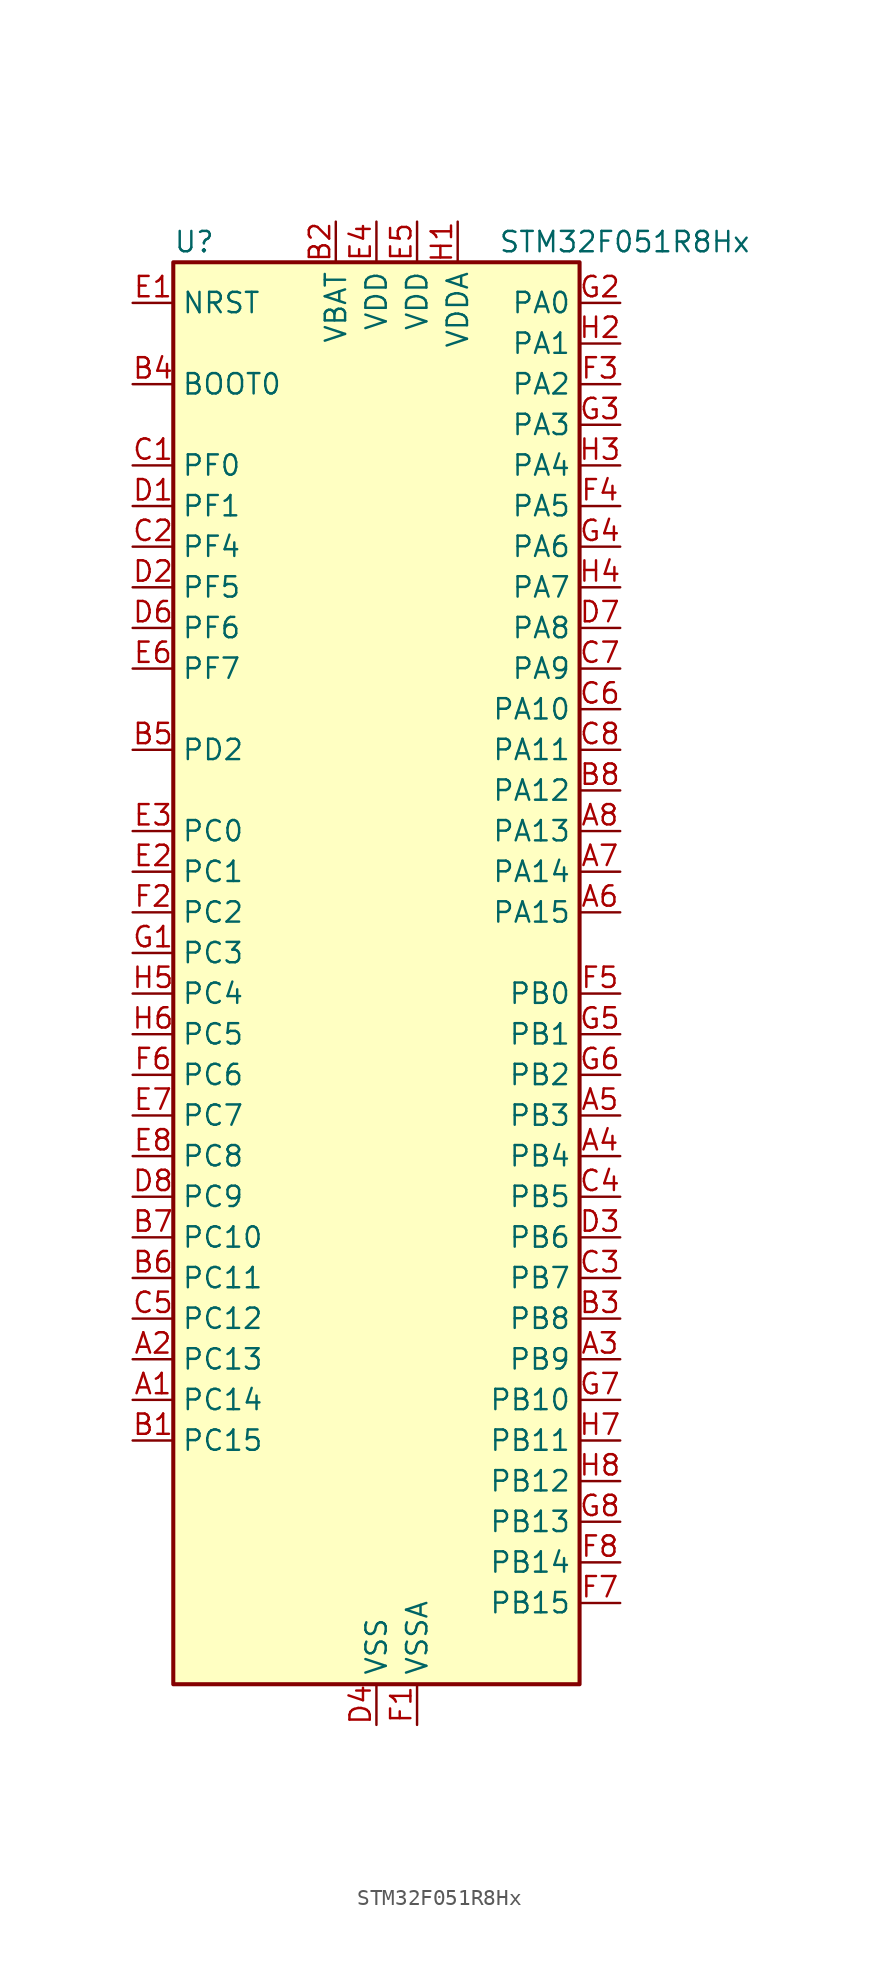
<source format=kicad_sym>
(kicad_symbol_lib
  (version 20220914)
  (generator kicad_symbol_editor)
  (symbol "STM32F051R8Hx"
    (property "Reference" "U"
      (at -12.7 46.99 0)
      (effects (font (size 1.27 1.27)) (justify left)))
    (property "Value" "STM32F051R8Hx"
      (at 7.62 46.99 0)
      (effects (font (size 1.27 1.27)) (justify left)))
    (property "ki_locked" ""
      (at 0 0 0)
      (effects (font (size 1.27 1.27))))
    (symbol "STM32F051R8Hx_0_1"
      (rectangle (start -12.7 -43.18) (end 12.7 45.72) (stroke (width 0.254) (type default)) (fill (type background))))
    (symbol "STM32F051R8Hx_1_1"
      (pin bidirectional line (at -15.24 -25.4 0) (length 2.54) (name "PC14" (effects (font (size 1.27 1.27)))) (number "A1" (effects (font (size 1.27 1.27)))) (alternate "RCC_OSC32_IN" bidirectional line))
      (pin bidirectional line (at -15.24 -22.86 0) (length 2.54) (name "PC13" (effects (font (size 1.27 1.27)))) (number "A2" (effects (font (size 1.27 1.27)))) (alternate "RTC_OUT_ALARM" bidirectional line) (alternate "RTC_OUT_CALIB" bidirectional line) (alternate "RTC_TAMP1" bidirectional line) (alternate "RTC_TS" bidirectional line) (alternate "SYS_WKUP2" bidirectional line))
      (pin bidirectional line (at 15.24 -22.86 180) (length 2.54) (name "PB9" (effects (font (size 1.27 1.27)))) (number "A3" (effects (font (size 1.27 1.27)))) (alternate "DAC1_EXTI9" bidirectional line) (alternate "I2C1_SDA" bidirectional line) (alternate "IR_OUT" bidirectional line) (alternate "TIM17_CH1" bidirectional line))
      (pin bidirectional line (at 15.24 -10.16 180) (length 2.54) (name "PB4" (effects (font (size 1.27 1.27)))) (number "A4" (effects (font (size 1.27 1.27)))) (alternate "I2S1_MCK" bidirectional line) (alternate "SPI1_MISO" bidirectional line) (alternate "TIM3_CH1" bidirectional line) (alternate "TSC_G5_IO2" bidirectional line))
      (pin bidirectional line (at 15.24 -7.62 180) (length 2.54) (name "PB3" (effects (font (size 1.27 1.27)))) (number "A5" (effects (font (size 1.27 1.27)))) (alternate "I2S1_CK" bidirectional line) (alternate "SPI1_SCK" bidirectional line) (alternate "TIM2_CH2" bidirectional line) (alternate "TSC_G5_IO1" bidirectional line))
      (pin bidirectional line (at 15.24 5.08 180) (length 2.54) (name "PA15" (effects (font (size 1.27 1.27)))) (number "A6" (effects (font (size 1.27 1.27)))) (alternate "I2S1_WS" bidirectional line) (alternate "SPI1_NSS" bidirectional line) (alternate "TIM2_CH1" bidirectional line) (alternate "TIM2_ETR" bidirectional line) (alternate "USART2_RX" bidirectional line))
      (pin bidirectional line (at 15.24 7.62 180) (length 2.54) (name "PA14" (effects (font (size 1.27 1.27)))) (number "A7" (effects (font (size 1.27 1.27)))) (alternate "SYS_SWCLK" bidirectional line) (alternate "USART2_TX" bidirectional line))
      (pin bidirectional line (at 15.24 10.16 180) (length 2.54) (name "PA13" (effects (font (size 1.27 1.27)))) (number "A8" (effects (font (size 1.27 1.27)))) (alternate "IR_OUT" bidirectional line) (alternate "SYS_SWDIO" bidirectional line))
      (pin bidirectional line (at -15.24 -27.94 0) (length 2.54) (name "PC15" (effects (font (size 1.27 1.27)))) (number "B1" (effects (font (size 1.27 1.27)))) (alternate "RCC_OSC32_OUT" bidirectional line))
      (pin power_in line (at -2.54 48.26 270) (length 2.54) (name "VBAT" (effects (font (size 1.27 1.27)))) (number "B2" (effects (font (size 1.27 1.27)))))
      (pin bidirectional line (at 15.24 -20.32 180) (length 2.54) (name "PB8" (effects (font (size 1.27 1.27)))) (number "B3" (effects (font (size 1.27 1.27)))) (alternate "CEC" bidirectional line) (alternate "I2C1_SCL" bidirectional line) (alternate "TIM16_CH1" bidirectional line) (alternate "TSC_SYNC" bidirectional line))
      (pin input line (at -15.24 38.1 0) (length 2.54) (name "BOOT0" (effects (font (size 1.27 1.27)))) (number "B4" (effects (font (size 1.27 1.27)))))
      (pin bidirectional line (at -15.24 15.24 0) (length 2.54) (name "PD2" (effects (font (size 1.27 1.27)))) (number "B5" (effects (font (size 1.27 1.27)))) (alternate "TIM3_ETR" bidirectional line))
      (pin bidirectional line (at -15.24 -17.78 0) (length 2.54) (name "PC11" (effects (font (size 1.27 1.27)))) (number "B6" (effects (font (size 1.27 1.27)))))
      (pin bidirectional line (at -15.24 -15.24 0) (length 2.54) (name "PC10" (effects (font (size 1.27 1.27)))) (number "B7" (effects (font (size 1.27 1.27)))))
      (pin bidirectional line (at 15.24 12.7 180) (length 2.54) (name "PA12" (effects (font (size 1.27 1.27)))) (number "B8" (effects (font (size 1.27 1.27)))) (alternate "COMP2_OUT" bidirectional line) (alternate "TIM1_ETR" bidirectional line) (alternate "TSC_G4_IO4" bidirectional line) (alternate "USART1_DE" bidirectional line) (alternate "USART1_RTS" bidirectional line))
      (pin bidirectional line (at -15.24 33.02 0) (length 2.54) (name "PF0" (effects (font (size 1.27 1.27)))) (number "C1" (effects (font (size 1.27 1.27)))) (alternate "RCC_OSC_IN" bidirectional line))
      (pin bidirectional line (at -15.24 27.94 0) (length 2.54) (name "PF4" (effects (font (size 1.27 1.27)))) (number "C2" (effects (font (size 1.27 1.27)))))
      (pin bidirectional line (at 15.24 -17.78 180) (length 2.54) (name "PB7" (effects (font (size 1.27 1.27)))) (number "C3" (effects (font (size 1.27 1.27)))) (alternate "I2C1_SDA" bidirectional line) (alternate "TIM17_CH1N" bidirectional line) (alternate "TSC_G5_IO4" bidirectional line) (alternate "USART1_RX" bidirectional line))
      (pin bidirectional line (at 15.24 -12.7 180) (length 2.54) (name "PB5" (effects (font (size 1.27 1.27)))) (number "C4" (effects (font (size 1.27 1.27)))) (alternate "I2C1_SMBA" bidirectional line) (alternate "I2S1_SD" bidirectional line) (alternate "SPI1_MOSI" bidirectional line) (alternate "TIM16_BKIN" bidirectional line) (alternate "TIM3_CH2" bidirectional line))
      (pin bidirectional line (at -15.24 -20.32 0) (length 2.54) (name "PC12" (effects (font (size 1.27 1.27)))) (number "C5" (effects (font (size 1.27 1.27)))))
      (pin bidirectional line (at 15.24 17.78 180) (length 2.54) (name "PA10" (effects (font (size 1.27 1.27)))) (number "C6" (effects (font (size 1.27 1.27)))) (alternate "TIM17_BKIN" bidirectional line) (alternate "TIM1_CH3" bidirectional line) (alternate "TSC_G4_IO2" bidirectional line) (alternate "USART1_RX" bidirectional line))
      (pin bidirectional line (at 15.24 20.32 180) (length 2.54) (name "PA9" (effects (font (size 1.27 1.27)))) (number "C7" (effects (font (size 1.27 1.27)))) (alternate "DAC1_EXTI9" bidirectional line) (alternate "TIM15_BKIN" bidirectional line) (alternate "TIM1_CH2" bidirectional line) (alternate "TSC_G4_IO1" bidirectional line) (alternate "USART1_TX" bidirectional line))
      (pin bidirectional line (at 15.24 15.24 180) (length 2.54) (name "PA11" (effects (font (size 1.27 1.27)))) (number "C8" (effects (font (size 1.27 1.27)))) (alternate "COMP1_OUT" bidirectional line) (alternate "TIM1_CH4" bidirectional line) (alternate "TSC_G4_IO3" bidirectional line) (alternate "USART1_CTS" bidirectional line))
      (pin bidirectional line (at -15.24 30.48 0) (length 2.54) (name "PF1" (effects (font (size 1.27 1.27)))) (number "D1" (effects (font (size 1.27 1.27)))) (alternate "RCC_OSC_OUT" bidirectional line))
      (pin bidirectional line (at -15.24 25.4 0) (length 2.54) (name "PF5" (effects (font (size 1.27 1.27)))) (number "D2" (effects (font (size 1.27 1.27)))))
      (pin bidirectional line (at 15.24 -15.24 180) (length 2.54) (name "PB6" (effects (font (size 1.27 1.27)))) (number "D3" (effects (font (size 1.27 1.27)))) (alternate "I2C1_SCL" bidirectional line) (alternate "TIM16_CH1N" bidirectional line) (alternate "TSC_G5_IO3" bidirectional line) (alternate "USART1_TX" bidirectional line))
      (pin power_in line (at 0 -45.72 90) (length 2.54) (name "VSS" (effects (font (size 1.27 1.27)))) (number "D4" (effects (font (size 1.27 1.27)))))
      (pin passive line (at 0 -45.72 90) (length 2.54) hide (name "VSS" (effects (font (size 1.27 1.27)))) (number "D5" (effects (font (size 1.27 1.27)))))
      (pin bidirectional line (at -15.24 22.86 0) (length 2.54) (name "PF6" (effects (font (size 1.27 1.27)))) (number "D6" (effects (font (size 1.27 1.27)))) (alternate "I2C2_SCL" bidirectional line))
      (pin bidirectional line (at 15.24 22.86 180) (length 2.54) (name "PA8" (effects (font (size 1.27 1.27)))) (number "D7" (effects (font (size 1.27 1.27)))) (alternate "RCC_MCO" bidirectional line) (alternate "TIM1_CH1" bidirectional line) (alternate "USART1_CK" bidirectional line))
      (pin bidirectional line (at -15.24 -12.7 0) (length 2.54) (name "PC9" (effects (font (size 1.27 1.27)))) (number "D8" (effects (font (size 1.27 1.27)))) (alternate "DAC1_EXTI9" bidirectional line) (alternate "TIM3_CH4" bidirectional line))
      (pin input line (at -15.24 43.18 0) (length 2.54) (name "NRST" (effects (font (size 1.27 1.27)))) (number "E1" (effects (font (size 1.27 1.27)))))
      (pin bidirectional line (at -15.24 7.62 0) (length 2.54) (name "PC1" (effects (font (size 1.27 1.27)))) (number "E2" (effects (font (size 1.27 1.27)))) (alternate "ADC_IN11" bidirectional line))
      (pin bidirectional line (at -15.24 10.16 0) (length 2.54) (name "PC0" (effects (font (size 1.27 1.27)))) (number "E3" (effects (font (size 1.27 1.27)))) (alternate "ADC_IN10" bidirectional line))
      (pin power_in line (at 0 48.26 270) (length 2.54) (name "VDD" (effects (font (size 1.27 1.27)))) (number "E4" (effects (font (size 1.27 1.27)))))
      (pin power_in line (at 2.54 48.26 270) (length 2.54) (name "VDD" (effects (font (size 1.27 1.27)))) (number "E5" (effects (font (size 1.27 1.27)))))
      (pin bidirectional line (at -15.24 20.32 0) (length 2.54) (name "PF7" (effects (font (size 1.27 1.27)))) (number "E6" (effects (font (size 1.27 1.27)))) (alternate "I2C2_SDA" bidirectional line))
      (pin bidirectional line (at -15.24 -7.62 0) (length 2.54) (name "PC7" (effects (font (size 1.27 1.27)))) (number "E7" (effects (font (size 1.27 1.27)))) (alternate "TIM3_CH2" bidirectional line))
      (pin bidirectional line (at -15.24 -10.16 0) (length 2.54) (name "PC8" (effects (font (size 1.27 1.27)))) (number "E8" (effects (font (size 1.27 1.27)))) (alternate "TIM3_CH3" bidirectional line))
      (pin power_in line (at 2.54 -45.72 90) (length 2.54) (name "VSSA" (effects (font (size 1.27 1.27)))) (number "F1" (effects (font (size 1.27 1.27)))))
      (pin bidirectional line (at -15.24 5.08 0) (length 2.54) (name "PC2" (effects (font (size 1.27 1.27)))) (number "F2" (effects (font (size 1.27 1.27)))) (alternate "ADC_IN12" bidirectional line))
      (pin bidirectional line (at 15.24 38.1 180) (length 2.54) (name "PA2" (effects (font (size 1.27 1.27)))) (number "F3" (effects (font (size 1.27 1.27)))) (alternate "ADC_IN2" bidirectional line) (alternate "COMP2_INM" bidirectional line) (alternate "COMP2_OUT" bidirectional line) (alternate "TIM15_CH1" bidirectional line) (alternate "TIM2_CH3" bidirectional line) (alternate "TSC_G1_IO3" bidirectional line) (alternate "USART2_TX" bidirectional line))
      (pin bidirectional line (at 15.24 30.48 180) (length 2.54) (name "PA5" (effects (font (size 1.27 1.27)))) (number "F4" (effects (font (size 1.27 1.27)))) (alternate "ADC_IN5" bidirectional line) (alternate "CEC" bidirectional line) (alternate "COMP1_INM" bidirectional line) (alternate "COMP2_INM" bidirectional line) (alternate "I2S1_CK" bidirectional line) (alternate "SPI1_SCK" bidirectional line) (alternate "TIM2_CH1" bidirectional line) (alternate "TIM2_ETR" bidirectional line) (alternate "TSC_G2_IO2" bidirectional line))
      (pin bidirectional line (at 15.24 0 180) (length 2.54) (name "PB0" (effects (font (size 1.27 1.27)))) (number "F5" (effects (font (size 1.27 1.27)))) (alternate "ADC_IN8" bidirectional line) (alternate "TIM1_CH2N" bidirectional line) (alternate "TIM3_CH3" bidirectional line) (alternate "TSC_G3_IO2" bidirectional line))
      (pin bidirectional line (at -15.24 -5.08 0) (length 2.54) (name "PC6" (effects (font (size 1.27 1.27)))) (number "F6" (effects (font (size 1.27 1.27)))) (alternate "TIM3_CH1" bidirectional line))
      (pin bidirectional line (at 15.24 -38.1 180) (length 2.54) (name "PB15" (effects (font (size 1.27 1.27)))) (number "F7" (effects (font (size 1.27 1.27)))) (alternate "RTC_REFIN" bidirectional line) (alternate "SPI2_MOSI" bidirectional line) (alternate "TIM15_CH1N" bidirectional line) (alternate "TIM15_CH2" bidirectional line) (alternate "TIM1_CH3N" bidirectional line))
      (pin bidirectional line (at 15.24 -35.56 180) (length 2.54) (name "PB14" (effects (font (size 1.27 1.27)))) (number "F8" (effects (font (size 1.27 1.27)))) (alternate "SPI2_MISO" bidirectional line) (alternate "TIM15_CH1" bidirectional line) (alternate "TIM1_CH2N" bidirectional line) (alternate "TSC_G6_IO4" bidirectional line))
      (pin bidirectional line (at -15.24 2.54 0) (length 2.54) (name "PC3" (effects (font (size 1.27 1.27)))) (number "G1" (effects (font (size 1.27 1.27)))) (alternate "ADC_IN13" bidirectional line))
      (pin bidirectional line (at 15.24 43.18 180) (length 2.54) (name "PA0" (effects (font (size 1.27 1.27)))) (number "G2" (effects (font (size 1.27 1.27)))) (alternate "ADC_IN0" bidirectional line) (alternate "COMP1_INM" bidirectional line) (alternate "COMP1_OUT" bidirectional line) (alternate "RTC_TAMP2" bidirectional line) (alternate "SYS_WKUP1" bidirectional line) (alternate "TIM2_CH1" bidirectional line) (alternate "TIM2_ETR" bidirectional line) (alternate "TSC_G1_IO1" bidirectional line) (alternate "USART2_CTS" bidirectional line))
      (pin bidirectional line (at 15.24 35.56 180) (length 2.54) (name "PA3" (effects (font (size 1.27 1.27)))) (number "G3" (effects (font (size 1.27 1.27)))) (alternate "ADC_IN3" bidirectional line) (alternate "COMP2_INP" bidirectional line) (alternate "TIM15_CH2" bidirectional line) (alternate "TIM2_CH4" bidirectional line) (alternate "TSC_G1_IO4" bidirectional line) (alternate "USART2_RX" bidirectional line))
      (pin bidirectional line (at 15.24 27.94 180) (length 2.54) (name "PA6" (effects (font (size 1.27 1.27)))) (number "G4" (effects (font (size 1.27 1.27)))) (alternate "ADC_IN6" bidirectional line) (alternate "COMP1_OUT" bidirectional line) (alternate "I2S1_MCK" bidirectional line) (alternate "SPI1_MISO" bidirectional line) (alternate "TIM16_CH1" bidirectional line) (alternate "TIM1_BKIN" bidirectional line) (alternate "TIM3_CH1" bidirectional line) (alternate "TSC_G2_IO3" bidirectional line))
      (pin bidirectional line (at 15.24 -2.54 180) (length 2.54) (name "PB1" (effects (font (size 1.27 1.27)))) (number "G5" (effects (font (size 1.27 1.27)))) (alternate "ADC_IN9" bidirectional line) (alternate "TIM14_CH1" bidirectional line) (alternate "TIM1_CH3N" bidirectional line) (alternate "TIM3_CH4" bidirectional line) (alternate "TSC_G3_IO3" bidirectional line))
      (pin bidirectional line (at 15.24 -5.08 180) (length 2.54) (name "PB2" (effects (font (size 1.27 1.27)))) (number "G6" (effects (font (size 1.27 1.27)))) (alternate "TSC_G3_IO4" bidirectional line))
      (pin bidirectional line (at 15.24 -25.4 180) (length 2.54) (name "PB10" (effects (font (size 1.27 1.27)))) (number "G7" (effects (font (size 1.27 1.27)))) (alternate "CEC" bidirectional line) (alternate "I2C2_SCL" bidirectional line) (alternate "TIM2_CH3" bidirectional line) (alternate "TSC_SYNC" bidirectional line))
      (pin bidirectional line (at 15.24 -33.02 180) (length 2.54) (name "PB13" (effects (font (size 1.27 1.27)))) (number "G8" (effects (font (size 1.27 1.27)))) (alternate "SPI2_SCK" bidirectional line) (alternate "TIM1_CH1N" bidirectional line) (alternate "TSC_G6_IO3" bidirectional line))
      (pin power_in line (at 5.08 48.26 270) (length 2.54) (name "VDDA" (effects (font (size 1.27 1.27)))) (number "H1" (effects (font (size 1.27 1.27)))))
      (pin bidirectional line (at 15.24 40.64 180) (length 2.54) (name "PA1" (effects (font (size 1.27 1.27)))) (number "H2" (effects (font (size 1.27 1.27)))) (alternate "ADC_IN1" bidirectional line) (alternate "COMP1_INP" bidirectional line) (alternate "TIM2_CH2" bidirectional line) (alternate "TSC_G1_IO2" bidirectional line) (alternate "USART2_DE" bidirectional line) (alternate "USART2_RTS" bidirectional line))
      (pin bidirectional line (at 15.24 33.02 180) (length 2.54) (name "PA4" (effects (font (size 1.27 1.27)))) (number "H3" (effects (font (size 1.27 1.27)))) (alternate "ADC_IN4" bidirectional line) (alternate "COMP1_INM" bidirectional line) (alternate "COMP2_INM" bidirectional line) (alternate "DAC1_OUT1" bidirectional line) (alternate "I2S1_WS" bidirectional line) (alternate "SPI1_NSS" bidirectional line) (alternate "TIM14_CH1" bidirectional line) (alternate "TSC_G2_IO1" bidirectional line) (alternate "USART2_CK" bidirectional line))
      (pin bidirectional line (at 15.24 25.4 180) (length 2.54) (name "PA7" (effects (font (size 1.27 1.27)))) (number "H4" (effects (font (size 1.27 1.27)))) (alternate "ADC_IN7" bidirectional line) (alternate "COMP2_OUT" bidirectional line) (alternate "I2S1_SD" bidirectional line) (alternate "SPI1_MOSI" bidirectional line) (alternate "TIM14_CH1" bidirectional line) (alternate "TIM17_CH1" bidirectional line) (alternate "TIM1_CH1N" bidirectional line) (alternate "TIM3_CH2" bidirectional line) (alternate "TSC_G2_IO4" bidirectional line))
      (pin bidirectional line (at -15.24 0 0) (length 2.54) (name "PC4" (effects (font (size 1.27 1.27)))) (number "H5" (effects (font (size 1.27 1.27)))) (alternate "ADC_IN14" bidirectional line))
      (pin bidirectional line (at -15.24 -2.54 0) (length 2.54) (name "PC5" (effects (font (size 1.27 1.27)))) (number "H6" (effects (font (size 1.27 1.27)))) (alternate "ADC_IN15" bidirectional line) (alternate "TSC_G3_IO1" bidirectional line))
      (pin bidirectional line (at 15.24 -27.94 180) (length 2.54) (name "PB11" (effects (font (size 1.27 1.27)))) (number "H7" (effects (font (size 1.27 1.27)))) (alternate "I2C2_SDA" bidirectional line) (alternate "TIM2_CH4" bidirectional line) (alternate "TSC_G6_IO1" bidirectional line))
      (pin bidirectional line (at 15.24 -30.48 180) (length 2.54) (name "PB12" (effects (font (size 1.27 1.27)))) (number "H8" (effects (font (size 1.27 1.27)))) (alternate "SPI2_NSS" bidirectional line) (alternate "TIM1_BKIN" bidirectional line) (alternate "TSC_G6_IO2" bidirectional line)))))
</source>
